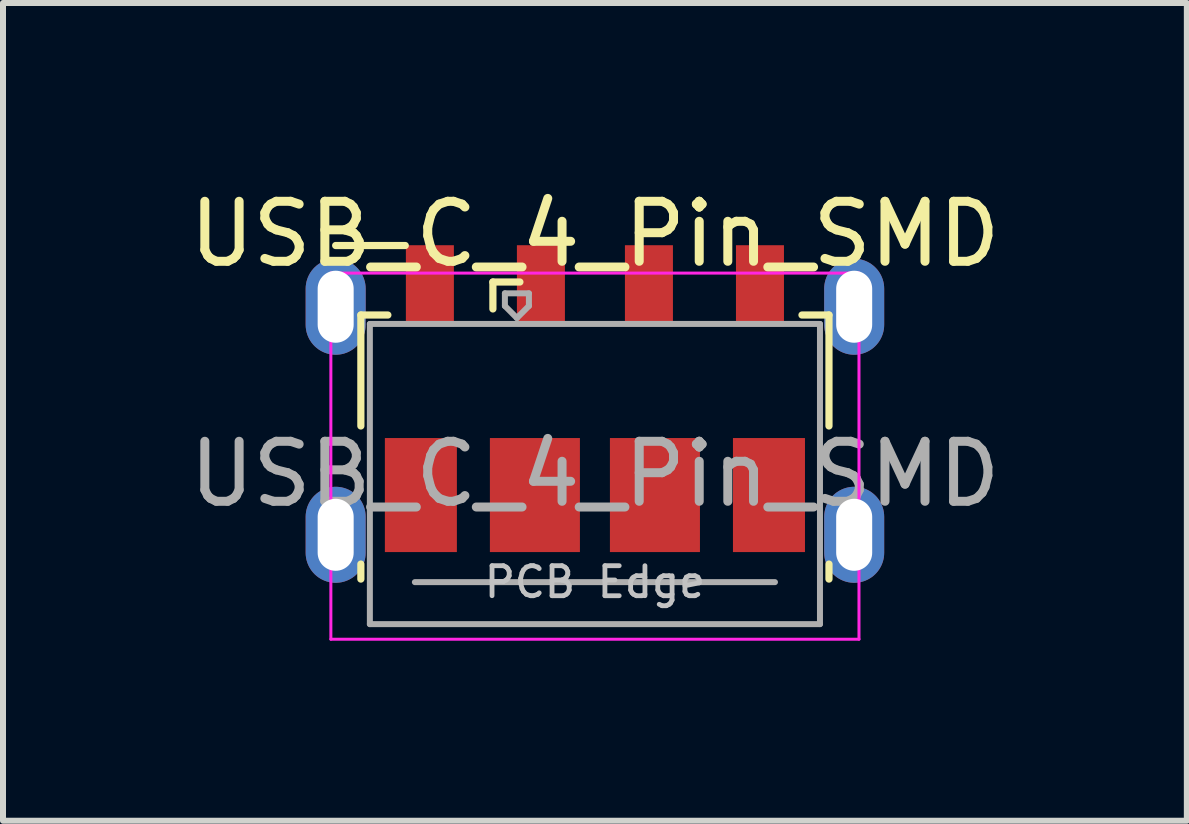
<source format=kicad_pcb>
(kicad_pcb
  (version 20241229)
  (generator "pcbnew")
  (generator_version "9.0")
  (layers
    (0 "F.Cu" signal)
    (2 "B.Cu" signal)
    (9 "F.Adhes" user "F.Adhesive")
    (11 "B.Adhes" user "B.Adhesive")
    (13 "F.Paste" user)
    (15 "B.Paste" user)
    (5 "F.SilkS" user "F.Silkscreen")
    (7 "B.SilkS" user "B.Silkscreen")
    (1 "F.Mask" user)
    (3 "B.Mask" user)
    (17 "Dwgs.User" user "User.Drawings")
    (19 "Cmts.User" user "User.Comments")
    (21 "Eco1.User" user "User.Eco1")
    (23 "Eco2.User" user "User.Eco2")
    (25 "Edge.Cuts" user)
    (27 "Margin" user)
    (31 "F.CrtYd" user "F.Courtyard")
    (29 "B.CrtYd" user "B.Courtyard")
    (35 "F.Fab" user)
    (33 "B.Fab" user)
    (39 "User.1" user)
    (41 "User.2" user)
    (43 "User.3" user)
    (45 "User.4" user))
  (footprint "USB_C_4_Pin_SMD"
    (layer "F.Cu")
    (at 6.863 3.961)
    (property "Reference" "USB_C_4_Pin_SMD" (at 0 -3.112 0) (layer "F.SilkS") (effects (font (size 1 1) (thickness 0.15))))
    (attr smd)
    (fp_line (start -3.9 -1.762) (end -3.45 -1.762) (stroke (width 0.12) (type solid)) (layer "F.SilkS"))
    (fp_line (start -3.9 0.087) (end -3.9 -1.762) (stroke (width 0.12) (type solid)) (layer "F.SilkS"))
    (fp_line (start -3.9 2.638) (end -3.9 2.388) (stroke (width 0.12) (type solid)) (layer "F.SilkS"))
    (fp_line (start -3.16 -2.92) (end -4.32 -2.92) (stroke (width 0.12) (type default)) (layer "F.SilkS"))
    (fp_line (start -1.7 -2.312) (end -1.7 -1.863) (stroke (width 0.12) (type solid)) (layer "F.SilkS"))
    (fp_line (start -1.7 -2.312) (end -1.25 -2.312) (stroke (width 0.12) (type solid)) (layer "F.SilkS"))
    (fp_line (start 3.9 -1.762) (end 3.45 -1.762) (stroke (width 0.12) (type solid)) (layer "F.SilkS"))
    (fp_line (start 3.9 0.087) (end 3.9 -1.762) (stroke (width 0.12) (type solid)) (layer "F.SilkS"))
    (fp_line (start 3.9 2.638) (end 3.9 2.388) (stroke (width 0.12) (type solid)) (layer "F.SilkS"))
    (fp_line (start -4.4 -2.46) (end 4.4 -2.46) (stroke (width 0.05) (type solid)) (layer "F.CrtYd"))
    (fp_line (start -4.4 3.64) (end -4.4 -2.46) (stroke (width 0.05) (type solid)) (layer "F.CrtYd"))
    (fp_line (start -4.4 3.64) (end 4.4 3.64) (stroke (width 0.05) (type solid)) (layer "F.CrtYd"))
    (fp_line (start 4.4 -2.46) (end 4.4 3.64) (stroke (width 0.05) (type solid)) (layer "F.CrtYd"))
    (fp_line (start -3.75 -1.613) (end 3.75 -1.613) (stroke (width 0.1) (type solid)) (layer "F.Fab"))
    (fp_line (start -3.75 3.388) (end -3.75 -1.613) (stroke (width 0.1) (type solid)) (layer "F.Fab"))
    (fp_line (start -3.75 3.389) (end 3.75 3.389) (stroke (width 0.1) (type solid)) (layer "F.Fab"))
    (fp_line (start -3 2.689) (end 3 2.689) (stroke (width 0.1) (type solid)) (layer "F.Fab"))
    (fp_line (start -1.5 -2.123) (end -1.5 -1.913) (stroke (width 0.1) (type solid)) (layer "F.Fab"))
    (fp_line (start -1.5 -2.123) (end -1.1 -2.123) (stroke (width 0.1) (type solid)) (layer "F.Fab"))
    (fp_line (start -1.3 -1.712) (end -1.5 -1.913) (stroke (width 0.1) (type solid)) (layer "F.Fab"))
    (fp_line (start -1.1 -2.123) (end -1.1 -1.913) (stroke (width 0.1) (type solid)) (layer "F.Fab"))
    (fp_line (start -1.1 -1.913) (end -1.3 -1.712) (stroke (width 0.1) (type solid)) (layer "F.Fab"))
    (fp_line (start 3.75 3.388) (end 3.75 -1.613) (stroke (width 0.1) (type solid)) (layer "F.Fab"))
    (fp_text user "PCB Edge" (at 0 2.688 0) (layer "Dwgs.User") (effects (font (size 0.5 0.5) (thickness 0.08))))
    (fp_text user "${REFERENCE}" (at 0 0.887 0) (layer "F.Fab") (effects (font (size 1 1) (thickness 0.15))))
    (pad "1" smd rect (at -2.75 -2.25) (size 0.8 1.35) (layers "F.Cu" "F.Mask" "F.Paste"))
    (pad "2" smd rect (at -0.9 -2.25) (size 0.8 1.35) (layers "F.Cu" "F.Mask" "F.Paste"))
    (pad "3" smd rect (at 0.9 -2.25) (size 0.8 1.35) (layers "F.Cu" "F.Mask" "F.Paste"))
    (pad "4" smd rect (at 2.75 -2.25) (size 0.8 1.35) (layers "F.Cu" "F.Mask" "F.Paste"))
    (pad "5" thru_hole oval (at -4.32 -1.9 180) (size 1 1.6) (drill oval 0.6 1.2) (property pad_prop_heatsink) (layers "*.Cu" "*.Mask"))
    (pad "5" thru_hole oval (at -4.32 1.9 180) (size 1 1.6) (drill oval 0.6 1.2) (property pad_prop_heatsink) (layers "*.Cu" "*.Mask"))
    (pad "5" smd rect (at -2.9 1.238) (size 1.2 1.9) (layers "F.Cu" "F.Mask"))
    (pad "5" smd rect (at -1 1.238) (size 1.5 1.9) (layers "F.Cu" "F.Mask" "F.Paste"))
    (pad "5" smd rect (at 1 1.238) (size 1.5 1.9) (layers "F.Cu" "F.Mask" "F.Paste"))
    (pad "5" smd rect (at 2.9 1.238) (size 1.2 1.9) (layers "F.Cu" "F.Mask"))
    (pad "5" thru_hole oval (at 4.32 -1.9 180) (size 1 1.6) (drill oval 0.6 1.2) (property pad_prop_heatsink) (layers "*.Cu" "*.Mask"))
    (pad "5" thru_hole oval (at 4.32 1.9 180) (size 1 1.6) (drill oval 0.6 1.2) (property pad_prop_heatsink) (layers "*.Cu" "*.Mask")))
  (gr_rect
    (start -3 -3)
    (end 16.726 10.626)
    (stroke (width 0.1) (type default))
    (fill no)
    (layer "Edge.Cuts")))
</source>
